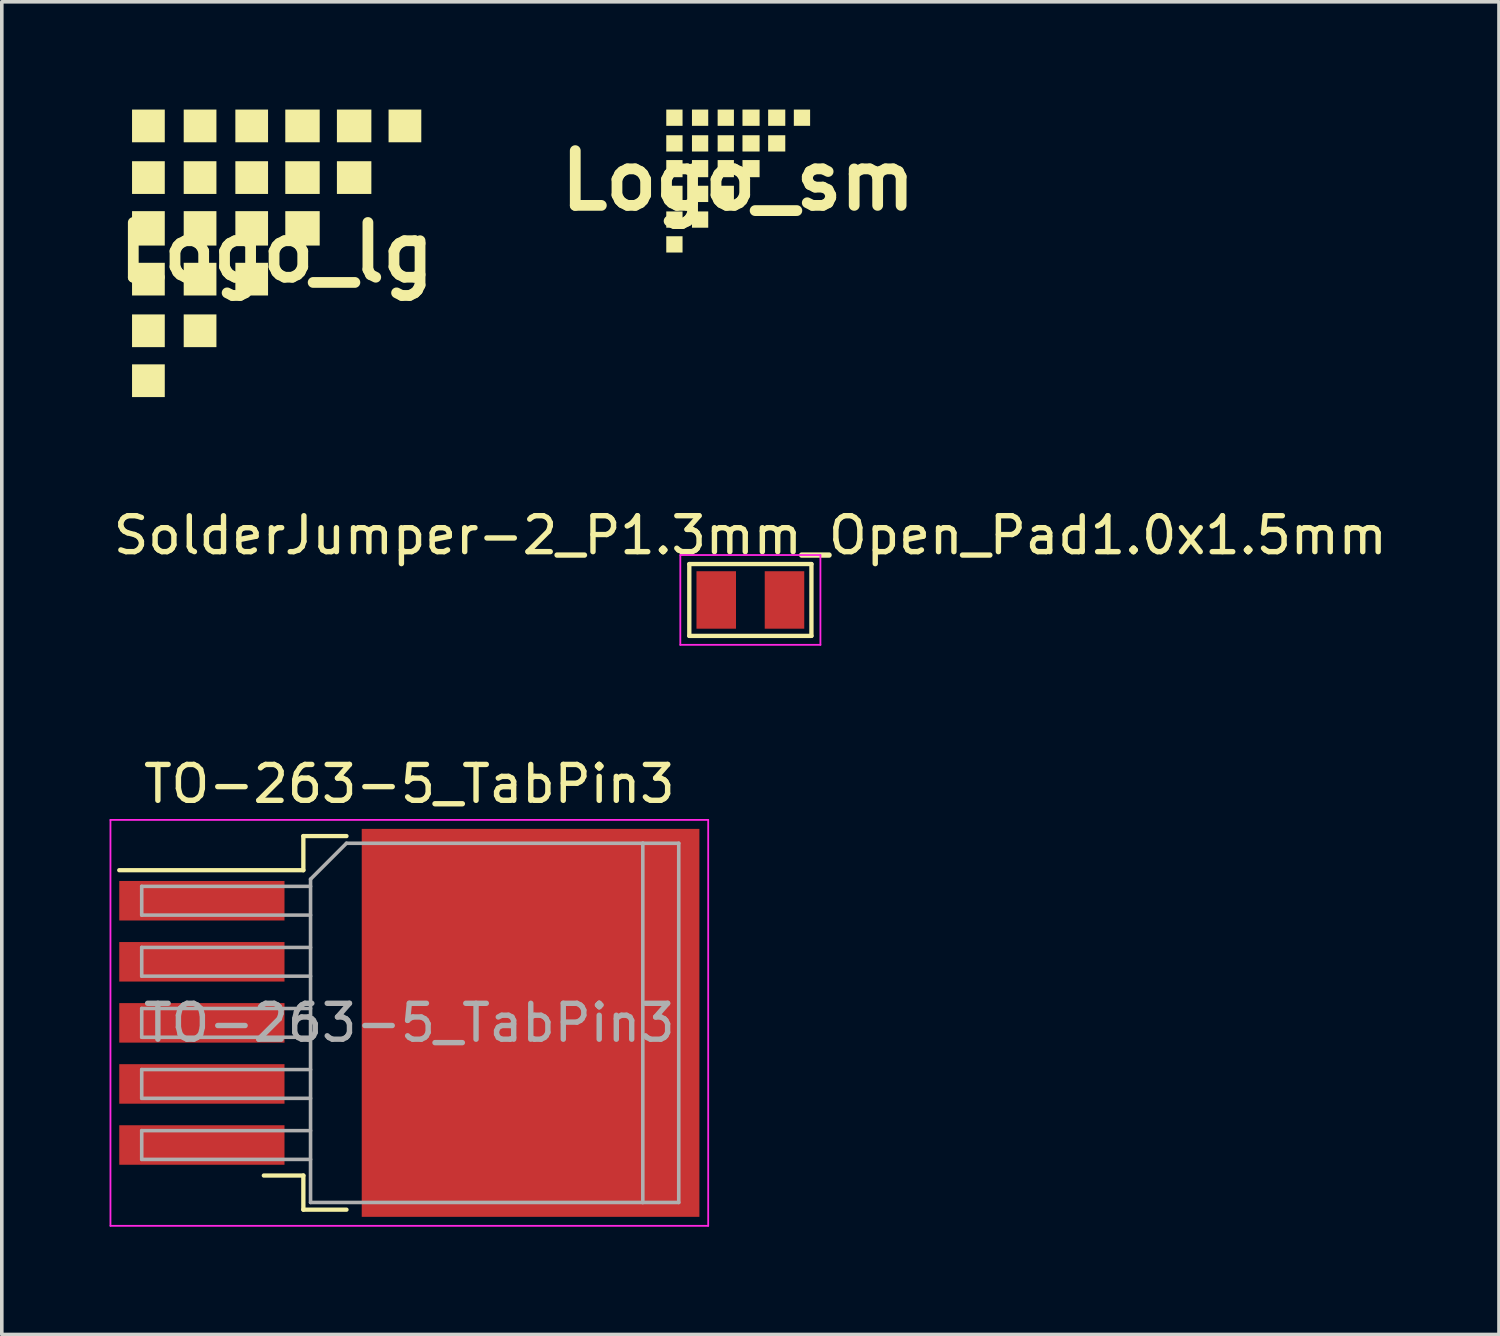
<source format=kicad_pcb>
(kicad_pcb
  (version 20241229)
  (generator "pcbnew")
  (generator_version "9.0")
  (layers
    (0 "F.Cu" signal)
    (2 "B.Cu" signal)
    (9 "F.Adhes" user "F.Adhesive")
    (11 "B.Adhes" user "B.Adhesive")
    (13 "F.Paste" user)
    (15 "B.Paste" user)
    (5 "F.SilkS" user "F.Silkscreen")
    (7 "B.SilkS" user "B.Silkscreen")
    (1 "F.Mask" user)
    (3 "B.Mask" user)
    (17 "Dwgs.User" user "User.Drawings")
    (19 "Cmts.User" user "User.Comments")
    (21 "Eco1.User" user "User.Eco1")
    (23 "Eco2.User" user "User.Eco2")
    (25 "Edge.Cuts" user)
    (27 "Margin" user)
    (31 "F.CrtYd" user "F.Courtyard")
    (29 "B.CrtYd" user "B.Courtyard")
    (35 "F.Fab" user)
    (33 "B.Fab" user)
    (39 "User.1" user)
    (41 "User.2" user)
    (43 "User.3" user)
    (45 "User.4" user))
  (footprint "TO-263-5_TabPin3"
    (layer "F.Cu")
    (at 8.345 25.425)
    (property "Reference" "TO-263-5_TabPin3" (at 0 -6.65 0) (layer "F.SilkS") (effects (font (size 1 1) (thickness 0.15))))
    (attr smd)
    (fp_line (start -2.95 -5.2) (end -2.95 -4.25) (stroke (width 0.12) (type solid)) (layer "F.SilkS"))
    (fp_line (start -2.95 -4.25) (end -8.075 -4.25) (stroke (width 0.12) (type solid)) (layer "F.SilkS"))
    (fp_line (start -2.95 4.25) (end -4.05 4.25) (stroke (width 0.12) (type solid)) (layer "F.SilkS"))
    (fp_line (start -2.95 5.2) (end -2.95 4.25) (stroke (width 0.12) (type solid)) (layer "F.SilkS"))
    (fp_line (start -1.75 -5.2) (end -2.95 -5.2) (stroke (width 0.12) (type solid)) (layer "F.SilkS"))
    (fp_line (start -1.75 5.2) (end -2.95 5.2) (stroke (width 0.12) (type solid)) (layer "F.SilkS"))
    (fp_line (start -8.32 -5.65) (end -8.32 5.65) (stroke (width 0.05) (type solid)) (layer "F.CrtYd"))
    (fp_line (start -8.32 5.65) (end 8.32 5.65) (stroke (width 0.05) (type solid)) (layer "F.CrtYd"))
    (fp_line (start 8.32 -5.65) (end -8.32 -5.65) (stroke (width 0.05) (type solid)) (layer "F.CrtYd"))
    (fp_line (start 8.32 5.65) (end 8.32 -5.65) (stroke (width 0.05) (type solid)) (layer "F.CrtYd"))
    (fp_line (start -7.45 -3.8) (end -7.45 -3) (stroke (width 0.1) (type solid)) (layer "F.Fab"))
    (fp_line (start -7.45 -3) (end -2.75 -3) (stroke (width 0.1) (type solid)) (layer "F.Fab"))
    (fp_line (start -7.45 -2.1) (end -7.45 -1.3) (stroke (width 0.1) (type solid)) (layer "F.Fab"))
    (fp_line (start -7.45 -1.3) (end -2.75 -1.3) (stroke (width 0.1) (type solid)) (layer "F.Fab"))
    (fp_line (start -7.45 -0.4) (end -7.45 0.4) (stroke (width 0.1) (type solid)) (layer "F.Fab"))
    (fp_line (start -7.45 0.4) (end -2.75 0.4) (stroke (width 0.1) (type solid)) (layer "F.Fab"))
    (fp_line (start -7.45 1.3) (end -7.45 2.1) (stroke (width 0.1) (type solid)) (layer "F.Fab"))
    (fp_line (start -7.45 2.1) (end -2.75 2.1) (stroke (width 0.1) (type solid)) (layer "F.Fab"))
    (fp_line (start -7.45 3) (end -7.45 3.8) (stroke (width 0.1) (type solid)) (layer "F.Fab"))
    (fp_line (start -7.45 3.8) (end -2.75 3.8) (stroke (width 0.1) (type solid)) (layer "F.Fab"))
    (fp_line (start -2.75 -4) (end -1.75 -5) (stroke (width 0.1) (type solid)) (layer "F.Fab"))
    (fp_line (start -2.75 -3.8) (end -7.45 -3.8) (stroke (width 0.1) (type solid)) (layer "F.Fab"))
    (fp_line (start -2.75 -2.1) (end -7.45 -2.1) (stroke (width 0.1) (type solid)) (layer "F.Fab"))
    (fp_line (start -2.75 -0.4) (end -7.45 -0.4) (stroke (width 0.1) (type solid)) (layer "F.Fab"))
    (fp_line (start -2.75 1.3) (end -7.45 1.3) (stroke (width 0.1) (type solid)) (layer "F.Fab"))
    (fp_line (start -2.75 3) (end -7.45 3) (stroke (width 0.1) (type solid)) (layer "F.Fab"))
    (fp_line (start -2.75 5) (end -2.75 -4) (stroke (width 0.1) (type solid)) (layer "F.Fab"))
    (fp_line (start -1.75 -5) (end 6.5 -5) (stroke (width 0.1) (type solid)) (layer "F.Fab"))
    (fp_line (start 6.5 -5) (end 6.5 5) (stroke (width 0.1) (type solid)) (layer "F.Fab"))
    (fp_line (start 6.5 -5) (end 7.5 -5) (stroke (width 0.1) (type solid)) (layer "F.Fab"))
    (fp_line (start 6.5 5) (end -2.75 5) (stroke (width 0.1) (type solid)) (layer "F.Fab"))
    (fp_line (start 7.5 -5) (end 7.5 5) (stroke (width 0.1) (type solid)) (layer "F.Fab"))
    (fp_line (start 7.5 5) (end 6.5 5) (stroke (width 0.1) (type solid)) (layer "F.Fab"))
    (fp_text user "${REFERENCE}" (at 0 0 0) (layer "F.Fab") (effects (font (size 1 1) (thickness 0.15))))
    (pad "" smd rect (at 0.95 -2.775) (size 4.55 5.25) (layers "F.Paste"))
    (pad "" smd rect (at 0.95 2.775) (size 4.55 5.25) (layers "F.Paste"))
    (pad "" smd rect (at 5.8 -2.775) (size 4.55 5.25) (layers "F.Paste"))
    (pad "" smd rect (at 5.8 2.775) (size 4.55 5.25) (layers "F.Paste"))
    (pad "1" smd rect (at -5.775 -3.4) (size 4.6 1.1) (layers "F.Cu" "F.Mask" "F.Paste"))
    (pad "2" smd rect (at -5.775 -1.7) (size 4.6 1.1) (layers "F.Cu" "F.Mask" "F.Paste"))
    (pad "3" smd rect (at -5.775 0) (size 4.6 1.1) (layers "F.Cu" "F.Mask" "F.Paste"))
    (pad "3" smd rect (at 3.375 0) (size 9.4 10.8) (layers "F.Cu" "F.Mask"))
    (pad "4" smd rect (at -5.775 1.7) (size 4.6 1.1) (layers "F.Cu" "F.Mask" "F.Paste"))
    (pad "5" smd rect (at -5.775 3.4) (size 4.6 1.1) (layers "F.Cu" "F.Mask" "F.Paste")))
  (footprint "Logo_sm"
    (layer "F.Cu")
    (at 17.5 1.978)
    (property "Reference" "Logo_sm" (at 0 0 0) (layer "F.SilkS") (effects (font (size 1.524 1.524) (thickness 0.3))))
    (attr board_only exclude_from_pos_files exclude_from_bom)
    (fp_poly (pts (xy -1.549 -1.525) (xy -2.002 -1.525) (xy -2.002 -1.978) (xy -1.549 -1.978)) (stroke (width 0) (type solid)) (fill yes) (layer "F.SilkS"))
    (fp_poly (pts (xy -1.549 -0.81) (xy -2.002 -0.81) (xy -2.002 -1.263) (xy -1.549 -1.263)) (stroke (width 0) (type solid)) (fill yes) (layer "F.SilkS"))
    (fp_poly (pts (xy -1.549 -0.095) (xy -2.002 -0.095) (xy -2.002 -0.572) (xy -1.549 -0.572)) (stroke (width 0) (type solid)) (fill yes) (layer "F.SilkS"))
    (fp_poly (pts (xy -1.549 0.596) (xy -2.002 0.596) (xy -2.002 0.143) (xy -1.549 0.143)) (stroke (width 0) (type solid)) (fill yes) (layer "F.SilkS"))
    (fp_poly (pts (xy -1.549 1.311) (xy -2.002 1.311) (xy -2.002 0.858) (xy -1.549 0.858)) (stroke (width 0) (type solid)) (fill yes) (layer "F.SilkS"))
    (fp_poly (pts (xy -1.549 2.002) (xy -2.002 2.002) (xy -2.002 1.549) (xy -1.549 1.549)) (stroke (width 0) (type solid)) (fill yes) (layer "F.SilkS"))
    (fp_poly (pts (xy -0.834 -1.525) (xy -1.287 -1.525) (xy -1.287 -1.978) (xy -0.834 -1.978)) (stroke (width 0) (type solid)) (fill yes) (layer "F.SilkS"))
    (fp_poly (pts (xy -0.834 -0.81) (xy -1.287 -0.81) (xy -1.287 -1.263) (xy -0.834 -1.263)) (stroke (width 0) (type solid)) (fill yes) (layer "F.SilkS"))
    (fp_poly (pts (xy -0.834 -0.095) (xy -1.287 -0.095) (xy -1.287 -0.572) (xy -0.834 -0.572)) (stroke (width 0) (type solid)) (fill yes) (layer "F.SilkS"))
    (fp_poly (pts (xy -0.834 0.596) (xy -1.287 0.596) (xy -1.287 0.143) (xy -0.834 0.143)) (stroke (width 0) (type solid)) (fill yes) (layer "F.SilkS"))
    (fp_poly (pts (xy -0.834 1.311) (xy -1.287 1.311) (xy -1.287 0.858) (xy -0.834 0.858)) (stroke (width 0) (type solid)) (fill yes) (layer "F.SilkS"))
    (fp_poly (pts (xy -0.119 -1.525) (xy -0.572 -1.525) (xy -0.572 -1.978) (xy -0.119 -1.978)) (stroke (width 0) (type solid)) (fill yes) (layer "F.SilkS"))
    (fp_poly (pts (xy -0.119 -0.81) (xy -0.572 -0.81) (xy -0.572 -1.263) (xy -0.119 -1.263)) (stroke (width 0) (type solid)) (fill yes) (layer "F.SilkS"))
    (fp_poly (pts (xy -0.119 -0.095) (xy -0.572 -0.095) (xy -0.572 -0.572) (xy -0.119 -0.572)) (stroke (width 0) (type solid)) (fill yes) (layer "F.SilkS"))
    (fp_poly (pts (xy -0.119 0.596) (xy -0.572 0.596) (xy -0.572 0.143) (xy -0.119 0.143)) (stroke (width 0) (type solid)) (fill yes) (layer "F.SilkS"))
    (fp_poly (pts (xy 0.596 -1.525) (xy 0.119 -1.525) (xy 0.119 -1.978) (xy 0.596 -1.978)) (stroke (width 0) (type solid)) (fill yes) (layer "F.SilkS"))
    (fp_poly (pts (xy 0.596 -0.81) (xy 0.119 -0.81) (xy 0.119 -1.263) (xy 0.596 -1.263)) (stroke (width 0) (type solid)) (fill yes) (layer "F.SilkS"))
    (fp_poly (pts (xy 0.596 -0.095) (xy 0.119 -0.095) (xy 0.119 -0.572) (xy 0.596 -0.572)) (stroke (width 0) (type solid)) (fill yes) (layer "F.SilkS"))
    (fp_poly (pts (xy 1.311 -1.525) (xy 0.834 -1.525) (xy 0.834 -1.978) (xy 1.311 -1.978)) (stroke (width 0) (type solid)) (fill yes) (layer "F.SilkS"))
    (fp_poly (pts (xy 1.311 -0.81) (xy 0.834 -0.81) (xy 0.834 -1.263) (xy 1.311 -1.263)) (stroke (width 0) (type solid)) (fill yes) (layer "F.SilkS"))
    (fp_poly (pts (xy 2.002 -1.525) (xy 1.549 -1.525) (xy 1.549 -1.978) (xy 2.002 -1.978)) (stroke (width 0) (type solid)) (fill yes) (layer "F.SilkS")))
  (footprint "Logo_lg"
    (layer "F.Cu")
    (at 4.652 3.978)
    (property "Reference" "Logo_lg" (at 0 0 0) (layer "F.SilkS") (effects (font (size 1.524 1.524) (thickness 0.3))))
    (attr board_only exclude_from_pos_files exclude_from_bom)
    (fp_poly (pts (xy -3.115 -3.067) (xy -4.026 -3.067) (xy -4.026 -3.978) (xy -3.115 -3.978)) (stroke (width 0) (type solid)) (fill yes) (layer "F.SilkS"))
    (fp_poly (pts (xy -3.115 -1.629) (xy -4.026 -1.629) (xy -4.026 -2.54) (xy -3.115 -2.54)) (stroke (width 0) (type solid)) (fill yes) (layer "F.SilkS"))
    (fp_poly (pts (xy -3.115 -0.192) (xy -4.026 -0.192) (xy -4.026 -1.15) (xy -3.115 -1.15)) (stroke (width 0) (type solid)) (fill yes) (layer "F.SilkS"))
    (fp_poly (pts (xy -3.115 1.198) (xy -4.026 1.198) (xy -4.026 0.288) (xy -3.115 0.288)) (stroke (width 0) (type solid)) (fill yes) (layer "F.SilkS"))
    (fp_poly (pts (xy -3.115 2.636) (xy -4.026 2.636) (xy -4.026 1.725) (xy -3.115 1.725)) (stroke (width 0) (type solid)) (fill yes) (layer "F.SilkS"))
    (fp_poly (pts (xy -3.115 4.026) (xy -4.026 4.026) (xy -4.026 3.115) (xy -3.115 3.115)) (stroke (width 0) (type solid)) (fill yes) (layer "F.SilkS"))
    (fp_poly (pts (xy -1.677 -3.067) (xy -2.588 -3.067) (xy -2.588 -3.978) (xy -1.677 -3.978)) (stroke (width 0) (type solid)) (fill yes) (layer "F.SilkS"))
    (fp_poly (pts (xy -1.677 -1.629) (xy -2.588 -1.629) (xy -2.588 -2.54) (xy -1.677 -2.54)) (stroke (width 0) (type solid)) (fill yes) (layer "F.SilkS"))
    (fp_poly (pts (xy -1.677 -0.192) (xy -2.588 -0.192) (xy -2.588 -1.15) (xy -1.677 -1.15)) (stroke (width 0) (type solid)) (fill yes) (layer "F.SilkS"))
    (fp_poly (pts (xy -1.677 1.198) (xy -2.588 1.198) (xy -2.588 0.288) (xy -1.677 0.288)) (stroke (width 0) (type solid)) (fill yes) (layer "F.SilkS"))
    (fp_poly (pts (xy -1.677 2.636) (xy -2.588 2.636) (xy -2.588 1.725) (xy -1.677 1.725)) (stroke (width 0) (type solid)) (fill yes) (layer "F.SilkS"))
    (fp_poly (pts (xy -0.24 -3.067) (xy -1.15 -3.067) (xy -1.15 -3.978) (xy -0.24 -3.978)) (stroke (width 0) (type solid)) (fill yes) (layer "F.SilkS"))
    (fp_poly (pts (xy -0.24 -1.629) (xy -1.15 -1.629) (xy -1.15 -2.54) (xy -0.24 -2.54)) (stroke (width 0) (type solid)) (fill yes) (layer "F.SilkS"))
    (fp_poly (pts (xy -0.24 -0.192) (xy -1.15 -0.192) (xy -1.15 -1.15) (xy -0.24 -1.15)) (stroke (width 0) (type solid)) (fill yes) (layer "F.SilkS"))
    (fp_poly (pts (xy -0.24 1.198) (xy -1.15 1.198) (xy -1.15 0.288) (xy -0.24 0.288)) (stroke (width 0) (type solid)) (fill yes) (layer "F.SilkS"))
    (fp_poly (pts (xy 1.198 -3.067) (xy 0.24 -3.067) (xy 0.24 -3.978) (xy 1.198 -3.978)) (stroke (width 0) (type solid)) (fill yes) (layer "F.SilkS"))
    (fp_poly (pts (xy 1.198 -1.629) (xy 0.24 -1.629) (xy 0.24 -2.54) (xy 1.198 -2.54)) (stroke (width 0) (type solid)) (fill yes) (layer "F.SilkS"))
    (fp_poly (pts (xy 1.198 -0.192) (xy 0.24 -0.192) (xy 0.24 -1.15) (xy 1.198 -1.15)) (stroke (width 0) (type solid)) (fill yes) (layer "F.SilkS"))
    (fp_poly (pts (xy 2.636 -3.067) (xy 1.677 -3.067) (xy 1.677 -3.978) (xy 2.636 -3.978)) (stroke (width 0) (type solid)) (fill yes) (layer "F.SilkS"))
    (fp_poly (pts (xy 2.636 -1.629) (xy 1.677 -1.629) (xy 1.677 -2.54) (xy 2.636 -2.54)) (stroke (width 0) (type solid)) (fill yes) (layer "F.SilkS"))
    (fp_poly (pts (xy 4.026 -3.067) (xy 3.115 -3.067) (xy 3.115 -3.978) (xy 4.026 -3.978)) (stroke (width 0) (type solid)) (fill yes) (layer "F.SilkS")))
  (footprint "SolderJumper-2_P1.3mm_Open_Pad1.0x1.5mm"
    (layer "F.Cu")
    (at 17.839 13.652)
    (property "Reference" "SolderJumper-2_P1.3mm_Open_Pad1.0x1.5mm" (at 0 -1.8 0) (layer "F.SilkS") (effects (font (size 1 1) (thickness 0.15))))
    (attr exclude_from_pos_files exclude_from_bom)
    (fp_line (start -1.7 -1) (end 1.7 -1) (stroke (width 0.12) (type solid)) (layer "F.SilkS"))
    (fp_line (start -1.7 1) (end -1.7 -1) (stroke (width 0.12) (type solid)) (layer "F.SilkS"))
    (fp_line (start 1.7 -1) (end 1.7 1) (stroke (width 0.12) (type solid)) (layer "F.SilkS"))
    (fp_line (start 1.7 1) (end -1.7 1) (stroke (width 0.12) (type solid)) (layer "F.SilkS"))
    (fp_line (start -1.95 -1.25) (end -1.95 1.25) (stroke (width 0.05) (type solid)) (layer "F.CrtYd"))
    (fp_line (start -1.95 -1.25) (end 1.95 -1.25) (stroke (width 0.05) (type solid)) (layer "F.CrtYd"))
    (fp_line (start 1.95 1.25) (end -1.95 1.25) (stroke (width 0.05) (type solid)) (layer "F.CrtYd"))
    (fp_line (start 1.95 1.25) (end 1.95 -1.25) (stroke (width 0.05) (type solid)) (layer "F.CrtYd"))
    (pad "1" smd rect (at -0.95 0) (size 1.1 1.6) (layers "F.Cu" "F.Mask"))
    (pad "2" smd rect (at 0.95 0) (size 1.1 1.6) (layers "F.Cu" "F.Mask")))
  (gr_rect
    (start -3 -3)
    (end 38.679 34.1)
    (stroke (width 0.1) (type default))
    (fill no)
    (layer "Edge.Cuts")))
</source>
